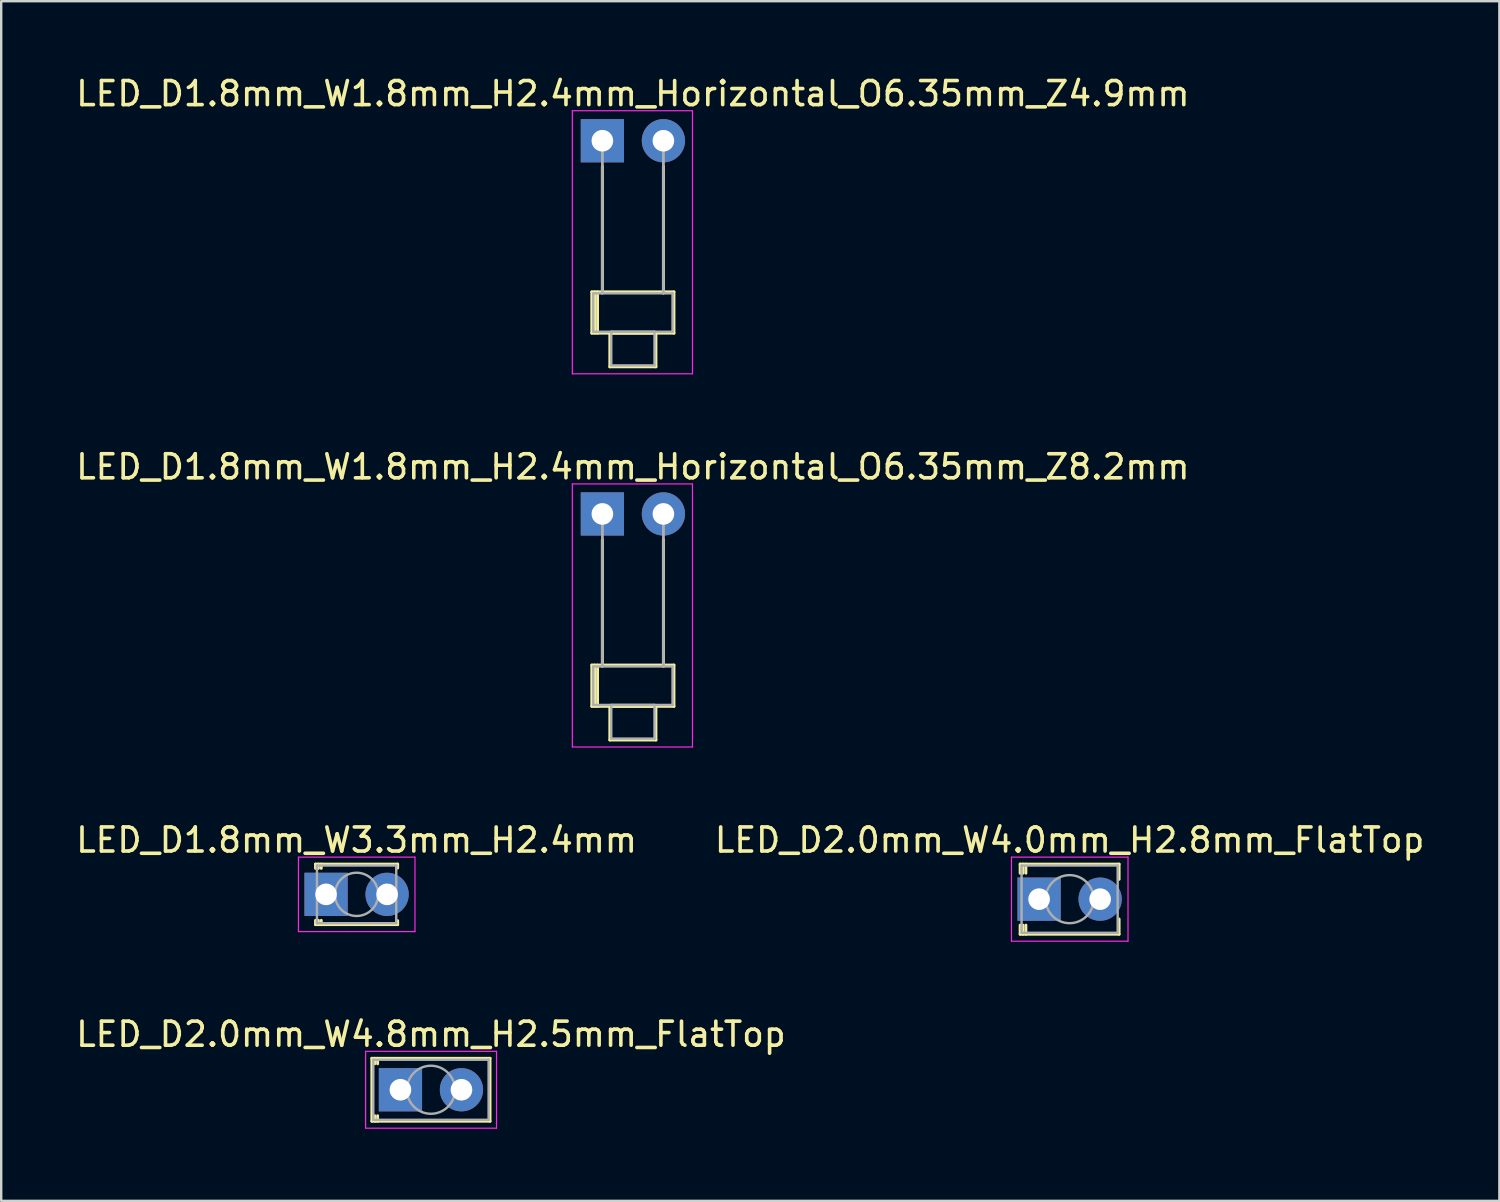
<source format=kicad_pcb>
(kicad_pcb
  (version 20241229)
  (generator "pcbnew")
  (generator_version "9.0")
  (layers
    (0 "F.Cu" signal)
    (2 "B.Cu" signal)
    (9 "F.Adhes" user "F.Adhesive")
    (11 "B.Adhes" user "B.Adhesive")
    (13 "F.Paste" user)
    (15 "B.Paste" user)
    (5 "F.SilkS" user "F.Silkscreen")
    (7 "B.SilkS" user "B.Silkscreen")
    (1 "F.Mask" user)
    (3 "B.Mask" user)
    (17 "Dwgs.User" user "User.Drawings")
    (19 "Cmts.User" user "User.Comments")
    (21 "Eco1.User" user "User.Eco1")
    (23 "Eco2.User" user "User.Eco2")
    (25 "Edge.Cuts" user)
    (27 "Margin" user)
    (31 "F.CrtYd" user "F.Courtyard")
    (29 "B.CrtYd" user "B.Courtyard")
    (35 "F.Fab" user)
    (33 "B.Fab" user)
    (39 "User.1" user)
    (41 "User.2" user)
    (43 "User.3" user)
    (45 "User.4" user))
  (footprint "LED_D2.0mm_W4.0mm_H2.8mm_FlatTop"
    (layer "F.Cu")
    (at 40.2 34.375)
    (property "Reference" "LED_D2.0mm_W4.0mm_H2.8mm_FlatTop" (at 1.27 -2.46 0) (layer "F.SilkS") (effects (font (size 1 1) (thickness 0.15))))
    (attr through_hole)
    (fp_line (start -0.79 -1.46) (end -0.79 -1.08) (stroke (width 0.12) (type solid)) (layer "F.SilkS"))
    (fp_line (start -0.79 -1.46) (end 3.33 -1.46) (stroke (width 0.12) (type solid)) (layer "F.SilkS"))
    (fp_line (start -0.79 1.08) (end -0.79 1.46) (stroke (width 0.12) (type solid)) (layer "F.SilkS"))
    (fp_line (start -0.79 1.46) (end 3.33 1.46) (stroke (width 0.12) (type solid)) (layer "F.SilkS"))
    (fp_line (start -0.67 -1.46) (end -0.67 -1.08) (stroke (width 0.12) (type solid)) (layer "F.SilkS"))
    (fp_line (start -0.67 1.08) (end -0.67 1.46) (stroke (width 0.12) (type solid)) (layer "F.SilkS"))
    (fp_line (start -0.55 -1.46) (end -0.55 -1.08) (stroke (width 0.12) (type solid)) (layer "F.SilkS"))
    (fp_line (start -0.55 1.08) (end -0.55 1.46) (stroke (width 0.12) (type solid)) (layer "F.SilkS"))
    (fp_line (start 3.33 -1.46) (end 3.33 -0.825) (stroke (width 0.12) (type solid)) (layer "F.SilkS"))
    (fp_line (start 3.33 0.825) (end 3.33 1.46) (stroke (width 0.12) (type solid)) (layer "F.SilkS"))
    (fp_line (start -1.15 -1.75) (end -1.15 1.75) (stroke (width 0.05) (type solid)) (layer "F.CrtYd"))
    (fp_line (start -1.15 1.75) (end 3.7 1.75) (stroke (width 0.05) (type solid)) (layer "F.CrtYd"))
    (fp_line (start 3.7 -1.75) (end -1.15 -1.75) (stroke (width 0.05) (type solid)) (layer "F.CrtYd"))
    (fp_line (start 3.7 1.75) (end 3.7 -1.75) (stroke (width 0.05) (type solid)) (layer "F.CrtYd"))
    (fp_line (start -0.73 -1.4) (end -0.73 1.4) (stroke (width 0.1) (type solid)) (layer "F.Fab"))
    (fp_line (start -0.73 1.4) (end 3.27 1.4) (stroke (width 0.1) (type solid)) (layer "F.Fab"))
    (fp_line (start 3.27 -1.4) (end -0.73 -1.4) (stroke (width 0.1) (type solid)) (layer "F.Fab"))
    (fp_line (start 3.27 1.4) (end 3.27 -1.4) (stroke (width 0.1) (type solid)) (layer "F.Fab"))
    (fp_circle (center 1.27 0) (end 2.27 0) (stroke (width 0.1) (type solid)) (fill no) (layer "F.Fab"))
    (pad "1" thru_hole rect (at 0 0) (size 1.8 1.8) (drill 0.9) (layers "*.Cu" "*.Mask"))
    (pad "2" thru_hole circle (at 2.54 0) (size 1.8 1.8) (drill 0.9) (layers "*.Cu" "*.Mask")))
  (footprint "LED_D2.0mm_W4.8mm_H2.5mm_FlatTop"
    (layer "F.Cu")
    (at 13.617 42.308)
    (property "Reference" "LED_D2.0mm_W4.8mm_H2.5mm_FlatTop" (at 1.27 -2.31 0) (layer "F.SilkS") (effects (font (size 1 1) (thickness 0.15))))
    (attr through_hole)
    (fp_line (start -1.19 -1.31) (end -1.19 1.31) (stroke (width 0.12) (type solid)) (layer "F.SilkS"))
    (fp_line (start -1.19 -1.31) (end 3.73 -1.31) (stroke (width 0.12) (type solid)) (layer "F.SilkS"))
    (fp_line (start -1.19 1.31) (end 3.73 1.31) (stroke (width 0.12) (type solid)) (layer "F.SilkS"))
    (fp_line (start -1.07 -1.31) (end -1.07 -1.08) (stroke (width 0.12) (type solid)) (layer "F.SilkS"))
    (fp_line (start -1.07 1.08) (end -1.07 1.31) (stroke (width 0.12) (type solid)) (layer "F.SilkS"))
    (fp_line (start -0.95 -1.31) (end -0.95 -1.08) (stroke (width 0.12) (type solid)) (layer "F.SilkS"))
    (fp_line (start -0.95 1.08) (end -0.95 1.31) (stroke (width 0.12) (type solid)) (layer "F.SilkS"))
    (fp_line (start 3.73 -1.31) (end 3.73 1.31) (stroke (width 0.12) (type solid)) (layer "F.SilkS"))
    (fp_line (start -1.45 -1.6) (end -1.45 1.6) (stroke (width 0.05) (type solid)) (layer "F.CrtYd"))
    (fp_line (start -1.45 1.6) (end 4 1.6) (stroke (width 0.05) (type solid)) (layer "F.CrtYd"))
    (fp_line (start 4 -1.6) (end -1.45 -1.6) (stroke (width 0.05) (type solid)) (layer "F.CrtYd"))
    (fp_line (start 4 1.6) (end 4 -1.6) (stroke (width 0.05) (type solid)) (layer "F.CrtYd"))
    (fp_line (start -1.13 -1.25) (end -1.13 1.25) (stroke (width 0.1) (type solid)) (layer "F.Fab"))
    (fp_line (start -1.13 1.25) (end 3.67 1.25) (stroke (width 0.1) (type solid)) (layer "F.Fab"))
    (fp_line (start 3.67 -1.25) (end -1.13 -1.25) (stroke (width 0.1) (type solid)) (layer "F.Fab"))
    (fp_line (start 3.67 1.25) (end 3.67 -1.25) (stroke (width 0.1) (type solid)) (layer "F.Fab"))
    (fp_circle (center 1.27 0) (end 2.27 0) (stroke (width 0.1) (type solid)) (fill no) (layer "F.Fab"))
    (pad "1" thru_hole rect (at 0 0) (size 1.8 1.8) (drill 0.9) (layers "*.Cu" "*.Mask"))
    (pad "2" thru_hole circle (at 2.54 0) (size 1.8 1.8) (drill 0.9) (layers "*.Cu" "*.Mask")))
  (footprint "LED_D1.8mm_W1.8mm_H2.4mm_Horizontal_O6.35mm_Z4.9mm"
    (layer "F.Cu")
    (at 22.022 2.808)
    (property "Reference" "LED_D1.8mm_W1.8mm_H2.4mm_Horizontal_O6.35mm_Z4.9mm" (at 1.27 -1.96 0) (layer "F.SilkS") (effects (font (size 1 1) (thickness 0.15))))
    (attr through_hole)
    (fp_line (start -0.44 6.29) (end -0.44 8.01) (stroke (width 0.12) (type solid)) (layer "F.SilkS"))
    (fp_line (start -0.44 8.01) (end 2.98 8.01) (stroke (width 0.12) (type solid)) (layer "F.SilkS"))
    (fp_line (start -0.32 6.29) (end -0.32 8.01) (stroke (width 0.12) (type solid)) (layer "F.SilkS"))
    (fp_line (start -0.2 6.29) (end -0.2 8.01) (stroke (width 0.12) (type solid)) (layer "F.SilkS"))
    (fp_line (start 0 1.08) (end 0 1.08) (stroke (width 0.12) (type solid)) (layer "F.SilkS"))
    (fp_line (start 0 1.08) (end 0 6.29) (stroke (width 0.12) (type solid)) (layer "F.SilkS"))
    (fp_line (start 0 6.29) (end 0 1.08) (stroke (width 0.12) (type solid)) (layer "F.SilkS"))
    (fp_line (start 0 6.29) (end 0 6.29) (stroke (width 0.12) (type solid)) (layer "F.SilkS"))
    (fp_line (start 0.31 8.01) (end 0.31 9.41) (stroke (width 0.12) (type solid)) (layer "F.SilkS"))
    (fp_line (start 0.31 9.41) (end 2.23 9.41) (stroke (width 0.12) (type solid)) (layer "F.SilkS"))
    (fp_line (start 2.23 8.01) (end 0.31 8.01) (stroke (width 0.12) (type solid)) (layer "F.SilkS"))
    (fp_line (start 2.23 9.41) (end 2.23 8.01) (stroke (width 0.12) (type solid)) (layer "F.SilkS"))
    (fp_line (start 2.54 1.08) (end 2.54 1.08) (stroke (width 0.12) (type solid)) (layer "F.SilkS"))
    (fp_line (start 2.54 1.08) (end 2.54 6.29) (stroke (width 0.12) (type solid)) (layer "F.SilkS"))
    (fp_line (start 2.54 6.29) (end 2.54 1.08) (stroke (width 0.12) (type solid)) (layer "F.SilkS"))
    (fp_line (start 2.54 6.29) (end 2.54 6.29) (stroke (width 0.12) (type solid)) (layer "F.SilkS"))
    (fp_line (start 2.98 6.29) (end -0.44 6.29) (stroke (width 0.12) (type solid)) (layer "F.SilkS"))
    (fp_line (start 2.98 8.01) (end 2.98 6.29) (stroke (width 0.12) (type solid)) (layer "F.SilkS"))
    (fp_line (start -1.25 -1.25) (end -1.25 9.7) (stroke (width 0.05) (type solid)) (layer "F.CrtYd"))
    (fp_line (start -1.25 9.7) (end 3.75 9.7) (stroke (width 0.05) (type solid)) (layer "F.CrtYd"))
    (fp_line (start 3.75 -1.25) (end -1.25 -1.25) (stroke (width 0.05) (type solid)) (layer "F.CrtYd"))
    (fp_line (start 3.75 9.7) (end 3.75 -1.25) (stroke (width 0.05) (type solid)) (layer "F.CrtYd"))
    (fp_line (start -0.38 6.35) (end -0.38 7.95) (stroke (width 0.1) (type solid)) (layer "F.Fab"))
    (fp_line (start -0.38 7.95) (end 2.92 7.95) (stroke (width 0.1) (type solid)) (layer "F.Fab"))
    (fp_line (start 0 0) (end 0 0) (stroke (width 0.1) (type solid)) (layer "F.Fab"))
    (fp_line (start 0 0) (end 0 6.35) (stroke (width 0.1) (type solid)) (layer "F.Fab"))
    (fp_line (start 0 6.35) (end 0 0) (stroke (width 0.1) (type solid)) (layer "F.Fab"))
    (fp_line (start 0 6.35) (end 0 6.35) (stroke (width 0.1) (type solid)) (layer "F.Fab"))
    (fp_line (start 0.37 7.95) (end 0.37 9.35) (stroke (width 0.1) (type solid)) (layer "F.Fab"))
    (fp_line (start 0.37 9.35) (end 2.17 9.35) (stroke (width 0.1) (type solid)) (layer "F.Fab"))
    (fp_line (start 2.17 7.95) (end 0.37 7.95) (stroke (width 0.1) (type solid)) (layer "F.Fab"))
    (fp_line (start 2.17 9.35) (end 2.17 7.95) (stroke (width 0.1) (type solid)) (layer "F.Fab"))
    (fp_line (start 2.54 0) (end 2.54 0) (stroke (width 0.1) (type solid)) (layer "F.Fab"))
    (fp_line (start 2.54 0) (end 2.54 6.35) (stroke (width 0.1) (type solid)) (layer "F.Fab"))
    (fp_line (start 2.54 6.35) (end 2.54 0) (stroke (width 0.1) (type solid)) (layer "F.Fab"))
    (fp_line (start 2.54 6.35) (end 2.54 6.35) (stroke (width 0.1) (type solid)) (layer "F.Fab"))
    (fp_line (start 2.92 6.35) (end -0.38 6.35) (stroke (width 0.1) (type solid)) (layer "F.Fab"))
    (fp_line (start 2.92 7.95) (end 2.92 6.35) (stroke (width 0.1) (type solid)) (layer "F.Fab"))
    (pad "1" thru_hole rect (at 0 0) (size 1.8 1.8) (drill 0.9) (layers "*.Cu" "*.Mask"))
    (pad "2" thru_hole circle (at 2.54 0) (size 1.8 1.8) (drill 0.9) (layers "*.Cu" "*.Mask")))
  (footprint "LED_D1.8mm_W3.3mm_H2.4mm"
    (layer "F.Cu")
    (at 10.522 34.175)
    (property "Reference" "LED_D1.8mm_W3.3mm_H2.4mm" (at 1.27 -2.26 0) (layer "F.SilkS") (effects (font (size 1 1) (thickness 0.15))))
    (attr through_hole)
    (fp_line (start -0.44 -1.26) (end -0.44 -1.08) (stroke (width 0.12) (type solid)) (layer "F.SilkS"))
    (fp_line (start -0.44 -1.26) (end 2.98 -1.26) (stroke (width 0.12) (type solid)) (layer "F.SilkS"))
    (fp_line (start -0.44 1.08) (end -0.44 1.26) (stroke (width 0.12) (type solid)) (layer "F.SilkS"))
    (fp_line (start -0.44 1.26) (end 2.98 1.26) (stroke (width 0.12) (type solid)) (layer "F.SilkS"))
    (fp_line (start -0.32 -1.26) (end -0.32 -1.08) (stroke (width 0.12) (type solid)) (layer "F.SilkS"))
    (fp_line (start -0.32 1.08) (end -0.32 1.26) (stroke (width 0.12) (type solid)) (layer "F.SilkS"))
    (fp_line (start -0.2 -1.26) (end -0.2 -1.08) (stroke (width 0.12) (type solid)) (layer "F.SilkS"))
    (fp_line (start -0.2 1.08) (end -0.2 1.26) (stroke (width 0.12) (type solid)) (layer "F.SilkS"))
    (fp_line (start 2.98 -1.26) (end 2.98 -1.095) (stroke (width 0.12) (type solid)) (layer "F.SilkS"))
    (fp_line (start 2.98 1.095) (end 2.98 1.26) (stroke (width 0.12) (type solid)) (layer "F.SilkS"))
    (fp_line (start -1.15 -1.55) (end -1.15 1.55) (stroke (width 0.05) (type solid)) (layer "F.CrtYd"))
    (fp_line (start -1.15 1.55) (end 3.7 1.55) (stroke (width 0.05) (type solid)) (layer "F.CrtYd"))
    (fp_line (start 3.7 -1.55) (end -1.15 -1.55) (stroke (width 0.05) (type solid)) (layer "F.CrtYd"))
    (fp_line (start 3.7 1.55) (end 3.7 -1.55) (stroke (width 0.05) (type solid)) (layer "F.CrtYd"))
    (fp_line (start -0.38 -1.2) (end -0.38 1.2) (stroke (width 0.1) (type solid)) (layer "F.Fab"))
    (fp_line (start -0.38 1.2) (end 2.92 1.2) (stroke (width 0.1) (type solid)) (layer "F.Fab"))
    (fp_line (start 2.92 -1.2) (end -0.38 -1.2) (stroke (width 0.1) (type solid)) (layer "F.Fab"))
    (fp_line (start 2.92 1.2) (end 2.92 -1.2) (stroke (width 0.1) (type solid)) (layer "F.Fab"))
    (fp_circle (center 1.27 0) (end 2.17 0) (stroke (width 0.1) (type solid)) (fill no) (layer "F.Fab"))
    (pad "1" thru_hole rect (at 0 0) (size 1.8 1.8) (drill 0.9) (layers "*.Cu" "*.Mask"))
    (pad "2" thru_hole circle (at 2.54 0) (size 1.8 1.8) (drill 0.9) (layers "*.Cu" "*.Mask")))
  (footprint "LED_D1.8mm_W1.8mm_H2.4mm_Horizontal_O6.35mm_Z8.2mm"
    (layer "F.Cu")
    (at 22.022 18.341)
    (property "Reference" "LED_D1.8mm_W1.8mm_H2.4mm_Horizontal_O6.35mm_Z8.2mm" (at 1.27 -1.96 0) (layer "F.SilkS") (effects (font (size 1 1) (thickness 0.15))))
    (attr through_hole)
    (fp_line (start -0.44 6.29) (end -0.44 8.01) (stroke (width 0.12) (type solid)) (layer "F.SilkS"))
    (fp_line (start -0.44 8.01) (end 2.98 8.01) (stroke (width 0.12) (type solid)) (layer "F.SilkS"))
    (fp_line (start -0.32 6.29) (end -0.32 8.01) (stroke (width 0.12) (type solid)) (layer "F.SilkS"))
    (fp_line (start -0.2 6.29) (end -0.2 8.01) (stroke (width 0.12) (type solid)) (layer "F.SilkS"))
    (fp_line (start 0 1.08) (end 0 1.08) (stroke (width 0.12) (type solid)) (layer "F.SilkS"))
    (fp_line (start 0 1.08) (end 0 6.29) (stroke (width 0.12) (type solid)) (layer "F.SilkS"))
    (fp_line (start 0 6.29) (end 0 1.08) (stroke (width 0.12) (type solid)) (layer "F.SilkS"))
    (fp_line (start 0 6.29) (end 0 6.29) (stroke (width 0.12) (type solid)) (layer "F.SilkS"))
    (fp_line (start 0.31 8.01) (end 0.31 9.41) (stroke (width 0.12) (type solid)) (layer "F.SilkS"))
    (fp_line (start 0.31 9.41) (end 2.23 9.41) (stroke (width 0.12) (type solid)) (layer "F.SilkS"))
    (fp_line (start 2.23 8.01) (end 0.31 8.01) (stroke (width 0.12) (type solid)) (layer "F.SilkS"))
    (fp_line (start 2.23 9.41) (end 2.23 8.01) (stroke (width 0.12) (type solid)) (layer "F.SilkS"))
    (fp_line (start 2.54 1.08) (end 2.54 1.08) (stroke (width 0.12) (type solid)) (layer "F.SilkS"))
    (fp_line (start 2.54 1.08) (end 2.54 6.29) (stroke (width 0.12) (type solid)) (layer "F.SilkS"))
    (fp_line (start 2.54 6.29) (end 2.54 1.08) (stroke (width 0.12) (type solid)) (layer "F.SilkS"))
    (fp_line (start 2.54 6.29) (end 2.54 6.29) (stroke (width 0.12) (type solid)) (layer "F.SilkS"))
    (fp_line (start 2.98 6.29) (end -0.44 6.29) (stroke (width 0.12) (type solid)) (layer "F.SilkS"))
    (fp_line (start 2.98 8.01) (end 2.98 6.29) (stroke (width 0.12) (type solid)) (layer "F.SilkS"))
    (fp_line (start -1.25 -1.25) (end -1.25 9.7) (stroke (width 0.05) (type solid)) (layer "F.CrtYd"))
    (fp_line (start -1.25 9.7) (end 3.75 9.7) (stroke (width 0.05) (type solid)) (layer "F.CrtYd"))
    (fp_line (start 3.75 -1.25) (end -1.25 -1.25) (stroke (width 0.05) (type solid)) (layer "F.CrtYd"))
    (fp_line (start 3.75 9.7) (end 3.75 -1.25) (stroke (width 0.05) (type solid)) (layer "F.CrtYd"))
    (fp_line (start -0.38 6.35) (end -0.38 7.95) (stroke (width 0.1) (type solid)) (layer "F.Fab"))
    (fp_line (start -0.38 7.95) (end 2.92 7.95) (stroke (width 0.1) (type solid)) (layer "F.Fab"))
    (fp_line (start 0 0) (end 0 0) (stroke (width 0.1) (type solid)) (layer "F.Fab"))
    (fp_line (start 0 0) (end 0 6.35) (stroke (width 0.1) (type solid)) (layer "F.Fab"))
    (fp_line (start 0 6.35) (end 0 0) (stroke (width 0.1) (type solid)) (layer "F.Fab"))
    (fp_line (start 0 6.35) (end 0 6.35) (stroke (width 0.1) (type solid)) (layer "F.Fab"))
    (fp_line (start 0.37 7.95) (end 0.37 9.35) (stroke (width 0.1) (type solid)) (layer "F.Fab"))
    (fp_line (start 0.37 9.35) (end 2.17 9.35) (stroke (width 0.1) (type solid)) (layer "F.Fab"))
    (fp_line (start 2.17 7.95) (end 0.37 7.95) (stroke (width 0.1) (type solid)) (layer "F.Fab"))
    (fp_line (start 2.17 9.35) (end 2.17 7.95) (stroke (width 0.1) (type solid)) (layer "F.Fab"))
    (fp_line (start 2.54 0) (end 2.54 0) (stroke (width 0.1) (type solid)) (layer "F.Fab"))
    (fp_line (start 2.54 0) (end 2.54 6.35) (stroke (width 0.1) (type solid)) (layer "F.Fab"))
    (fp_line (start 2.54 6.35) (end 2.54 0) (stroke (width 0.1) (type solid)) (layer "F.Fab"))
    (fp_line (start 2.54 6.35) (end 2.54 6.35) (stroke (width 0.1) (type solid)) (layer "F.Fab"))
    (fp_line (start 2.92 6.35) (end -0.38 6.35) (stroke (width 0.1) (type solid)) (layer "F.Fab"))
    (fp_line (start 2.92 7.95) (end 2.92 6.35) (stroke (width 0.1) (type solid)) (layer "F.Fab"))
    (pad "1" thru_hole rect (at 0 0) (size 1.8 1.8) (drill 0.9) (layers "*.Cu" "*.Mask"))
    (pad "2" thru_hole circle (at 2.54 0) (size 1.8 1.8) (drill 0.9) (layers "*.Cu" "*.Mask")))
  (gr_rect
    (start -3 -3)
    (end 59.357 46.933)
    (stroke (width 0.1) (type default))
    (fill no)
    (layer "Edge.Cuts")))
</source>
